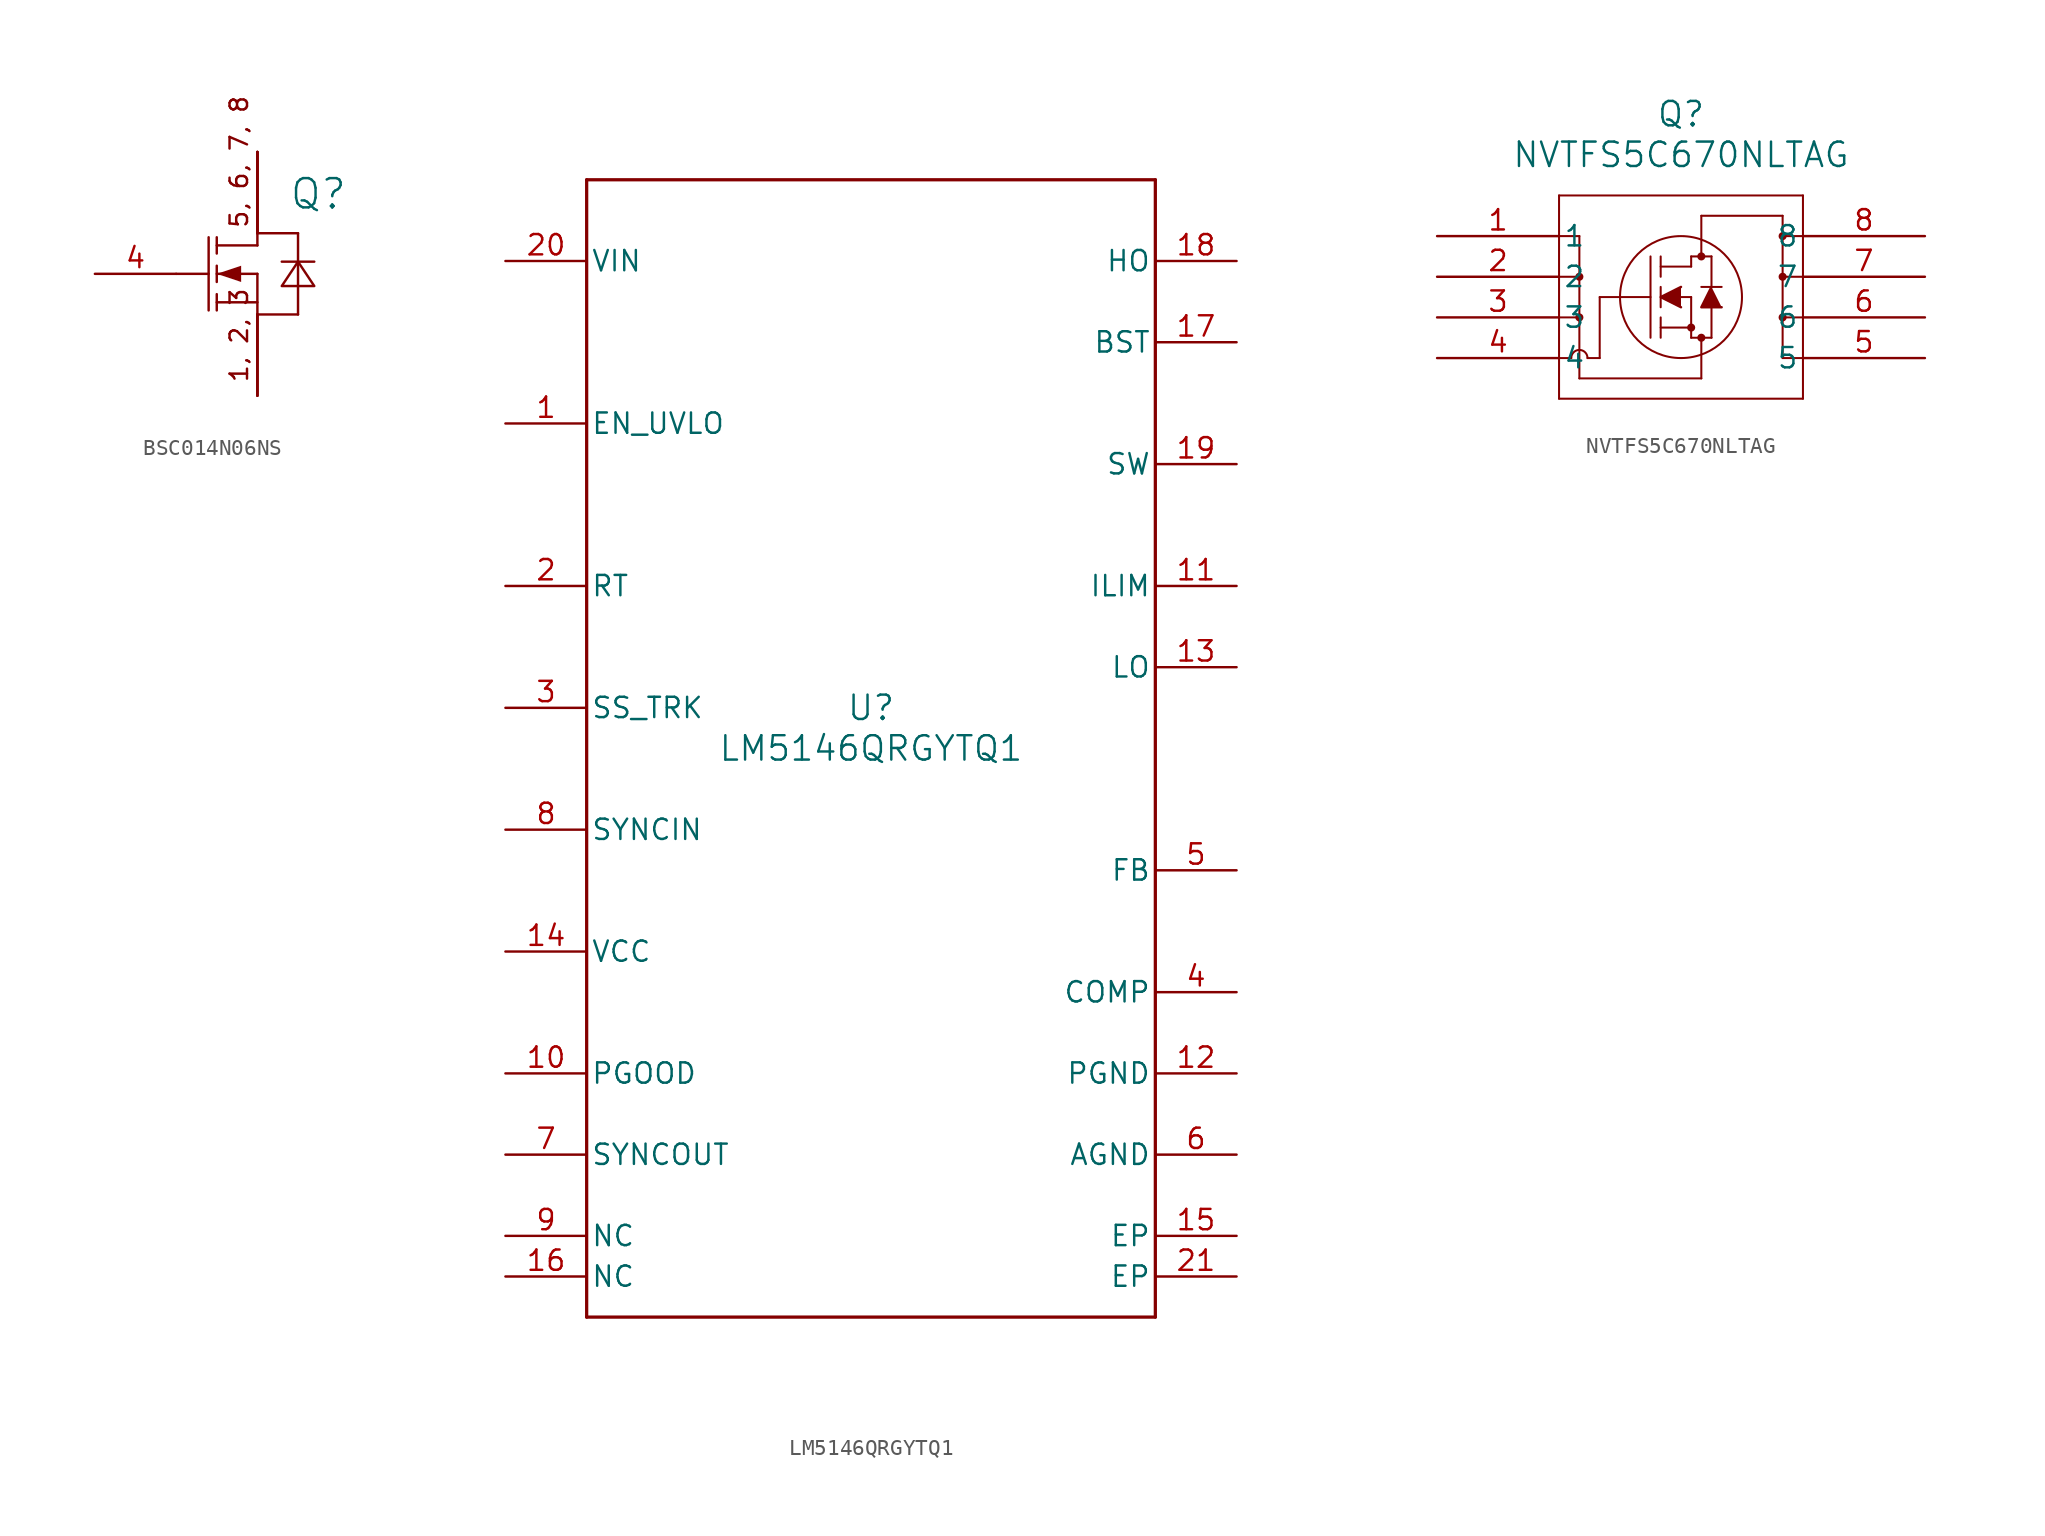
<source format=kicad_sym>
(kicad_symbol_lib
  (version 20241209)
  (generator "kicad_symbol_editor")
  (generator_version "9.0")
  (symbol "BSC014N06NS"
    (pin_names
      (hide yes))
    (property "Reference" "Q"
      (at 8.89 2.455 0)
      (effects (font (size 1.829 1.829))))
    (symbol "BSC014N06NS_1_0"
      (polyline (pts (xy 0 -2.54) (xy 2.032 -2.54)) (stroke (width 0) (type solid)) (fill (type none)))
      (polyline (pts (xy 2.032 -0.254) (xy 2.032 -4.826)) (stroke (width 0) (type solid)) (fill (type none)))
      (polyline (pts (xy 2.54 -0.254) (xy 2.54 -1.27)) (stroke (width 0) (type solid)) (fill (type none)))
      (polyline (pts (xy 2.54 -2.54) (xy 4.064 -3.048) (xy 4.064 -2.032) (xy 2.54 -2.54)) (stroke (width -0.0001) (type solid)) (fill (type outline)))
      (polyline (pts (xy 2.54 -3.048) (xy 2.54 -2.032)) (stroke (width 0) (type solid)) (fill (type none)))
      (polyline (pts (xy 2.54 -4.826) (xy 2.54 -3.81)) (stroke (width 0) (type solid)) (fill (type none)))
      (polyline (pts (xy 5.08 0) (xy 7.62 0)) (stroke (width 0) (type solid)) (fill (type none)))
      (polyline (pts (xy 5.08 -0.762) (xy 2.54 -0.762)) (stroke (width 0) (type solid)) (fill (type none)))
      (polyline (pts (xy 5.08 -0.762) (xy 5.08 0)) (stroke (width 0) (type solid)) (fill (type none)))
      (polyline (pts (xy 5.08 -2.54) (xy 2.54 -2.54)) (stroke (width 0) (type solid)) (fill (type none)))
      (polyline (pts (xy 5.08 -2.54) (xy 5.08 -5.08)) (stroke (width 0) (type solid)) (fill (type none)))
      (polyline (pts (xy 5.08 -4.318) (xy 2.54 -4.318)) (stroke (width 0) (type solid)) (fill (type none)))
      (polyline (pts (xy 5.08 -5.08) (xy 7.62 -5.08)) (stroke (width 0) (type solid)) (fill (type none)))
      (polyline (pts (xy 6.604 -1.778) (xy 8.636 -1.778)) (stroke (width 0) (type solid)) (fill (type none)))
      (polyline (pts (xy 7.62 0) (xy 7.62 -5.08)) (stroke (width 0) (type solid)) (fill (type none)))
      (polyline (pts (xy 7.62 -1.778) (xy 6.604 -3.302) (xy 8.636 -3.302) (xy 7.62 -1.778) (xy 7.62 -1.778)) (stroke (width 0) (type solid)) (fill (type none)))
      (text "5, 6, 7, 8" (at 4.572 0.254 900) (effects (font (size 1.092 1.092)) (justify left bottom)))
      (text "1, 2, 3" (at 4.572 -9.398 900) (effects (font (size 1.092 1.092)) (justify left bottom)))
      (pin passive line (at -5.08 -2.54 0) (length 5.08) (name "GATE" (effects (font (size 1.27 1.27)))) (number "4" (effects (font (size 1.27 1.27)))))
      (pin passive line (at 5.08 5.08 270) (length 5.08) (name "DRAIN" (effects (font (size 1.27 1.27)))) (number "5" (effects (font (size 0 0)))))
      (pin passive line (at 5.08 5.08 270) (length 5.08) (name "DRAIN" (effects (font (size 1.27 1.27)))) (number "6" (effects (font (size 0 0)))))
      (pin passive line (at 5.08 5.08 270) (length 5.08) (name "DRAIN" (effects (font (size 1.27 1.27)))) (number "7" (effects (font (size 0 0)))))
      (pin passive line (at 5.08 5.08 270) (length 5.08) (name "DRAIN" (effects (font (size 1.27 1.27)))) (number "8" (effects (font (size 0 0)))))
      (pin passive line (at 5.08 -10.16 90) (length 5.08) (name "SOURCE" (effects (font (size 1.27 1.27)))) (number "1" (effects (font (size 0 0)))))
      (pin passive line (at 5.08 -10.16 90) (length 5.08) (name "SOURCE" (effects (font (size 1.27 1.27)))) (number "2" (effects (font (size 0 0)))))
      (pin passive line (at 5.08 -10.16 90) (length 5.08) (name "SOURCE" (effects (font (size 1.27 1.27)))) (number "3" (effects (font (size 0 0)))))))
  (symbol "LM5146QRGYTQ1"
    (pin_names
      (offset 0.254))
    (property "Reference" "U"
      (at 0 2.54 0)
      (effects (font (size 1.524 1.524))))
    (property "Value" "LM5146QRGYTQ1"
      (at 0 0 0)
      (effects (font (size 1.524 1.524))))
    (property "ki_locked" ""
      (at 0 0 0)
      (effects (font (size 1.27 1.27))))
    (symbol "LM5146QRGYTQ1_0_1"
      (polyline (pts (xy -17.78 35.56) (xy -17.78 -35.56)) (stroke (width 0.203) (type default)) (fill (type none)))
      (polyline (pts (xy -17.78 -35.56) (xy 17.78 -35.56)) (stroke (width 0.203) (type default)) (fill (type none)))
      (polyline (pts (xy 17.78 35.56) (xy -17.78 35.56)) (stroke (width 0.203) (type default)) (fill (type none)))
      (polyline (pts (xy 17.78 -35.56) (xy 17.78 35.56)) (stroke (width 0.203) (type default)) (fill (type none)))
      (pin power_in line (at -22.86 30.48 0) (length 5.08) (name "VIN" (effects (font (size 1.27 1.27)))) (number "20" (effects (font (size 1.27 1.27)))))
      (pin input line (at -22.86 20.32 0) (length 5.08) (name "EN_UVLO" (effects (font (size 1.27 1.27)))) (number "1" (effects (font (size 1.27 1.27)))))
      (pin input line (at -22.86 10.16 0) (length 5.08) (name "RT" (effects (font (size 1.27 1.27)))) (number "2" (effects (font (size 1.27 1.27)))))
      (pin input line (at -22.86 2.54 0) (length 5.08) (name "SS_TRK" (effects (font (size 1.27 1.27)))) (number "3" (effects (font (size 1.27 1.27)))))
      (pin input line (at -22.86 -5.08 0) (length 5.08) (name "SYNCIN" (effects (font (size 1.27 1.27)))) (number "8" (effects (font (size 1.27 1.27)))))
      (pin open_collector line (at -22.86 -20.32 0) (length 5.08) (name "PGOOD" (effects (font (size 1.27 1.27)))) (number "10" (effects (font (size 1.27 1.27)))))
      (pin output line (at -22.86 -25.4 0) (length 5.08) (name "SYNCOUT" (effects (font (size 1.27 1.27)))) (number "7" (effects (font (size 1.27 1.27)))))
      (pin unspecified line (at -22.86 -30.48 0) (length 5.08) (name "NC" (effects (font (size 1.27 1.27)))) (number "9" (effects (font (size 1.27 1.27)))))
      (pin unspecified line (at -22.86 -33.02 0) (length 5.08) (name "NC" (effects (font (size 1.27 1.27)))) (number "16" (effects (font (size 1.27 1.27)))))
      (pin output line (at 22.86 30.48 180) (length 5.08) (name "HO" (effects (font (size 1.27 1.27)))) (number "18" (effects (font (size 1.27 1.27)))))
      (pin unspecified line (at 22.86 25.4 180) (length 5.08) (name "BST" (effects (font (size 1.27 1.27)))) (number "17" (effects (font (size 1.27 1.27)))))
      (pin input line (at 22.86 10.16 180) (length 5.08) (name "ILIM" (effects (font (size 1.27 1.27)))) (number "11" (effects (font (size 1.27 1.27)))))
      (pin output line (at 22.86 5.08 180) (length 5.08) (name "LO" (effects (font (size 1.27 1.27)))) (number "13" (effects (font (size 1.27 1.27)))))
      (pin input line (at 22.86 -7.62 180) (length 5.08) (name "FB" (effects (font (size 1.27 1.27)))) (number "5" (effects (font (size 1.27 1.27)))))
      (pin unspecified line (at 22.86 -15.24 180) (length 5.08) (name "COMP" (effects (font (size 1.27 1.27)))) (number "4" (effects (font (size 1.27 1.27)))))
      (pin power_in line (at 22.86 -20.32 180) (length 5.08) (name "PGND" (effects (font (size 1.27 1.27)))) (number "12" (effects (font (size 1.27 1.27)))))
      (pin power_in line (at 22.86 -25.4 180) (length 5.08) (name "AGND" (effects (font (size 1.27 1.27)))) (number "6" (effects (font (size 1.27 1.27)))))
      (pin power_in line (at 22.86 -30.48 180) (length 5.08) (name "EP" (effects (font (size 1.27 1.27)))) (number "15" (effects (font (size 1.27 1.27)))))
      (pin power_in line (at 22.86 -33.02 180) (length 5.08) (name "EP" (effects (font (size 1.27 1.27)))) (number "21" (effects (font (size 1.27 1.27))))))
    (symbol "LM5146QRGYTQ1_1_1"
      (pin power_out line (at -22.86 -12.7 0) (length 5.08) (name "VCC" (effects (font (size 1.27 1.27)))) (number "14" (effects (font (size 1.27 1.27)))))
      (pin passive line (at 22.86 17.78 180) (length 5.08) (name "SW" (effects (font (size 1.27 1.27)))) (number "19" (effects (font (size 1.27 1.27)))))))
  (symbol "NVTFS5C670NLTAG"
    (pin_names
      (offset 0.254))
    (property "Reference" "Q"
      (at 15.24 7.62 0)
      (effects (font (size 1.524 1.524))))
    (property "Value" "NVTFS5C670NLTAG"
      (at 15.24 5.08 0)
      (effects (font (size 1.524 1.524))))
    (property "ki_locked" ""
      (at 0 0 0)
      (effects (font (size 1.27 1.27))))
    (symbol "NVTFS5C670NLTAG_0_1"
      (polyline (pts (xy 7.62 2.54) (xy 7.62 -10.16)) (stroke (width 0.127) (type default)) (fill (type none)))
      (polyline (pts (xy 7.62 0) (xy 8.89 0)) (stroke (width 0.127) (type default)) (fill (type none)))
      (polyline (pts (xy 7.62 -2.54) (xy 8.89 -2.54)) (stroke (width 0.127) (type default)) (fill (type none)))
      (polyline (pts (xy 7.62 -5.08) (xy 8.89 -5.08)) (stroke (width 0.127) (type default)) (fill (type none)))
      (polyline (pts (xy 7.62 -7.62) (xy 8.382 -7.62)) (stroke (width 0.127) (type default)) (fill (type none)))
      (polyline (pts (xy 7.62 -10.16) (xy 22.86 -10.16)) (stroke (width 0.127) (type default)) (fill (type none)))
      (polyline (pts (xy 8.89 0) (xy 8.89 -8.89)) (stroke (width 0.127) (type default)) (fill (type none)))
      (circle (center 8.89 -2.54) (radius 0.127) (stroke (width 0.254) (type default)) (fill (type none)))
      (circle (center 8.89 -5.08) (radius 0.127) (stroke (width 0.254) (type default)) (fill (type none)))
      (arc (start 8.382 -7.62) (mid 8.89 -7.1142) (end 9.398 -7.62) (stroke (width 0.127) (type default)) (fill (type none)))
      (polyline (pts (xy 8.89 -8.89) (xy 16.51 -8.89)) (stroke (width 0.127) (type default)) (fill (type none)))
      (polyline (pts (xy 10.16 -3.81) (xy 10.16 -7.62)) (stroke (width 0.127) (type default)) (fill (type none)))
      (polyline (pts (xy 10.16 -3.81) (xy 13.335 -3.81)) (stroke (width 0.127) (type default)) (fill (type none)))
      (polyline (pts (xy 10.16 -7.62) (xy 9.398 -7.62)) (stroke (width 0.127) (type default)) (fill (type none)))
      (polyline (pts (xy 13.335 -6.35) (xy 13.335 -1.27)) (stroke (width 0.127) (type default)) (fill (type none)))
      (polyline (pts (xy 13.97 -1.905) (xy 15.875 -1.905)) (stroke (width 0.127) (type default)) (fill (type none)))
      (polyline (pts (xy 13.97 -2.54) (xy 13.97 -1.27)) (stroke (width 0.127) (type default)) (fill (type none)))
      (polyline (pts (xy 13.97 -4.445) (xy 13.97 -3.175)) (stroke (width 0.127) (type default)) (fill (type none)))
      (polyline (pts (xy 13.97 -5.715) (xy 15.875 -5.715)) (stroke (width 0.127) (type default)) (fill (type none)))
      (polyline (pts (xy 13.97 -6.35) (xy 13.97 -5.08)) (stroke (width 0.127) (type default)) (fill (type none)))
      (polyline (pts (xy 15.24 -3.175) (xy 13.97 -3.81) (xy 15.24 -4.445)) (stroke (width 0) (type default)) (fill (type outline)))
      (polyline (pts (xy 15.24 -3.81) (xy 15.875 -3.81)) (stroke (width 0.127) (type default)) (fill (type none)))
      (circle (center 15.24 -3.81) (radius 3.81) (stroke (width 0.127) (type default)) (fill (type none)))
      (polyline (pts (xy 15.875 -1.27) (xy 17.145 -1.27)) (stroke (width 0.127) (type default)) (fill (type none)))
      (polyline (pts (xy 15.875 -1.905) (xy 15.875 -1.27)) (stroke (width 0.127) (type default)) (fill (type none)))
      (circle (center 15.875 -5.715) (radius 0.127) (stroke (width 0.254) (type default)) (fill (type none)))
      (polyline (pts (xy 15.875 -6.35) (xy 15.875 -3.81)) (stroke (width 0.127) (type default)) (fill (type none)))
      (polyline (pts (xy 15.875 -6.35) (xy 17.145 -6.35)) (stroke (width 0.127) (type default)) (fill (type none)))
      (polyline (pts (xy 16.51 1.27) (xy 16.51 -1.27)) (stroke (width 0.127) (type default)) (fill (type none)))
      (circle (center 16.51 -1.27) (radius 0.127) (stroke (width 0.254) (type default)) (fill (type none)))
      (circle (center 16.51 -6.35) (radius 0.127) (stroke (width 0.254) (type default)) (fill (type none)))
      (polyline (pts (xy 16.51 -8.89) (xy 16.51 -6.35)) (stroke (width 0.127) (type default)) (fill (type none)))
      (polyline (pts (xy 17.145 -3.175) (xy 17.145 -1.27)) (stroke (width 0.127) (type default)) (fill (type none)))
      (polyline (pts (xy 17.145 -6.35) (xy 17.145 -4.445)) (stroke (width 0.127) (type default)) (fill (type none)))
      (polyline (pts (xy 17.78 -3.175) (xy 16.51 -3.175)) (stroke (width 0.127) (type default)) (fill (type none)))
      (polyline (pts (xy 17.78 -4.445) (xy 16.51 -4.445) (xy 17.145 -3.175)) (stroke (width 0) (type default)) (fill (type outline)))
      (polyline (pts (xy 21.59 1.27) (xy 16.51 1.27)) (stroke (width 0.127) (type default)) (fill (type none)))
      (circle (center 21.59 0) (radius 0.127) (stroke (width 0.254) (type default)) (fill (type none)))
      (circle (center 21.59 -2.54) (radius 0.127) (stroke (width 0.254) (type default)) (fill (type none)))
      (circle (center 21.59 -5.08) (radius 0.127) (stroke (width 0.254) (type default)) (fill (type none)))
      (polyline (pts (xy 21.59 -7.62) (xy 21.59 1.27)) (stroke (width 0.127) (type default)) (fill (type none)))
      (polyline (pts (xy 22.86 2.54) (xy 7.62 2.54)) (stroke (width 0.127) (type default)) (fill (type none)))
      (polyline (pts (xy 22.86 0) (xy 21.59 0)) (stroke (width 0.127) (type default)) (fill (type none)))
      (polyline (pts (xy 22.86 -2.54) (xy 21.59 -2.54)) (stroke (width 0.127) (type default)) (fill (type none)))
      (polyline (pts (xy 22.86 -5.08) (xy 21.59 -5.08)) (stroke (width 0.127) (type default)) (fill (type none)))
      (polyline (pts (xy 22.86 -7.62) (xy 21.59 -7.62)) (stroke (width 0.127) (type default)) (fill (type none)))
      (polyline (pts (xy 22.86 -10.16) (xy 22.86 2.54)) (stroke (width 0.127) (type default)) (fill (type none)))
      (pin unspecified line (at 0 0 0) (length 7.62) (name "1" (effects (font (size 1.27 1.27)))) (number "1" (effects (font (size 1.27 1.27)))))
      (pin unspecified line (at 0 -2.54 0) (length 7.62) (name "2" (effects (font (size 1.27 1.27)))) (number "2" (effects (font (size 1.27 1.27)))))
      (pin unspecified line (at 0 -5.08 0) (length 7.62) (name "3" (effects (font (size 1.27 1.27)))) (number "3" (effects (font (size 1.27 1.27)))))
      (pin unspecified line (at 0 -7.62 0) (length 7.62) (name "4" (effects (font (size 1.27 1.27)))) (number "4" (effects (font (size 1.27 1.27)))))
      (pin unspecified line (at 30.48 0 180) (length 7.62) (name "8" (effects (font (size 1.27 1.27)))) (number "8" (effects (font (size 1.27 1.27)))))
      (pin unspecified line (at 30.48 -2.54 180) (length 7.62) (name "7" (effects (font (size 1.27 1.27)))) (number "7" (effects (font (size 1.27 1.27)))))
      (pin unspecified line (at 30.48 -5.08 180) (length 7.62) (name "6" (effects (font (size 1.27 1.27)))) (number "6" (effects (font (size 1.27 1.27)))))
      (pin unspecified line (at 30.48 -7.62 180) (length 7.62) (name "5" (effects (font (size 1.27 1.27)))) (number "5" (effects (font (size 1.27 1.27))))))))
</source>
